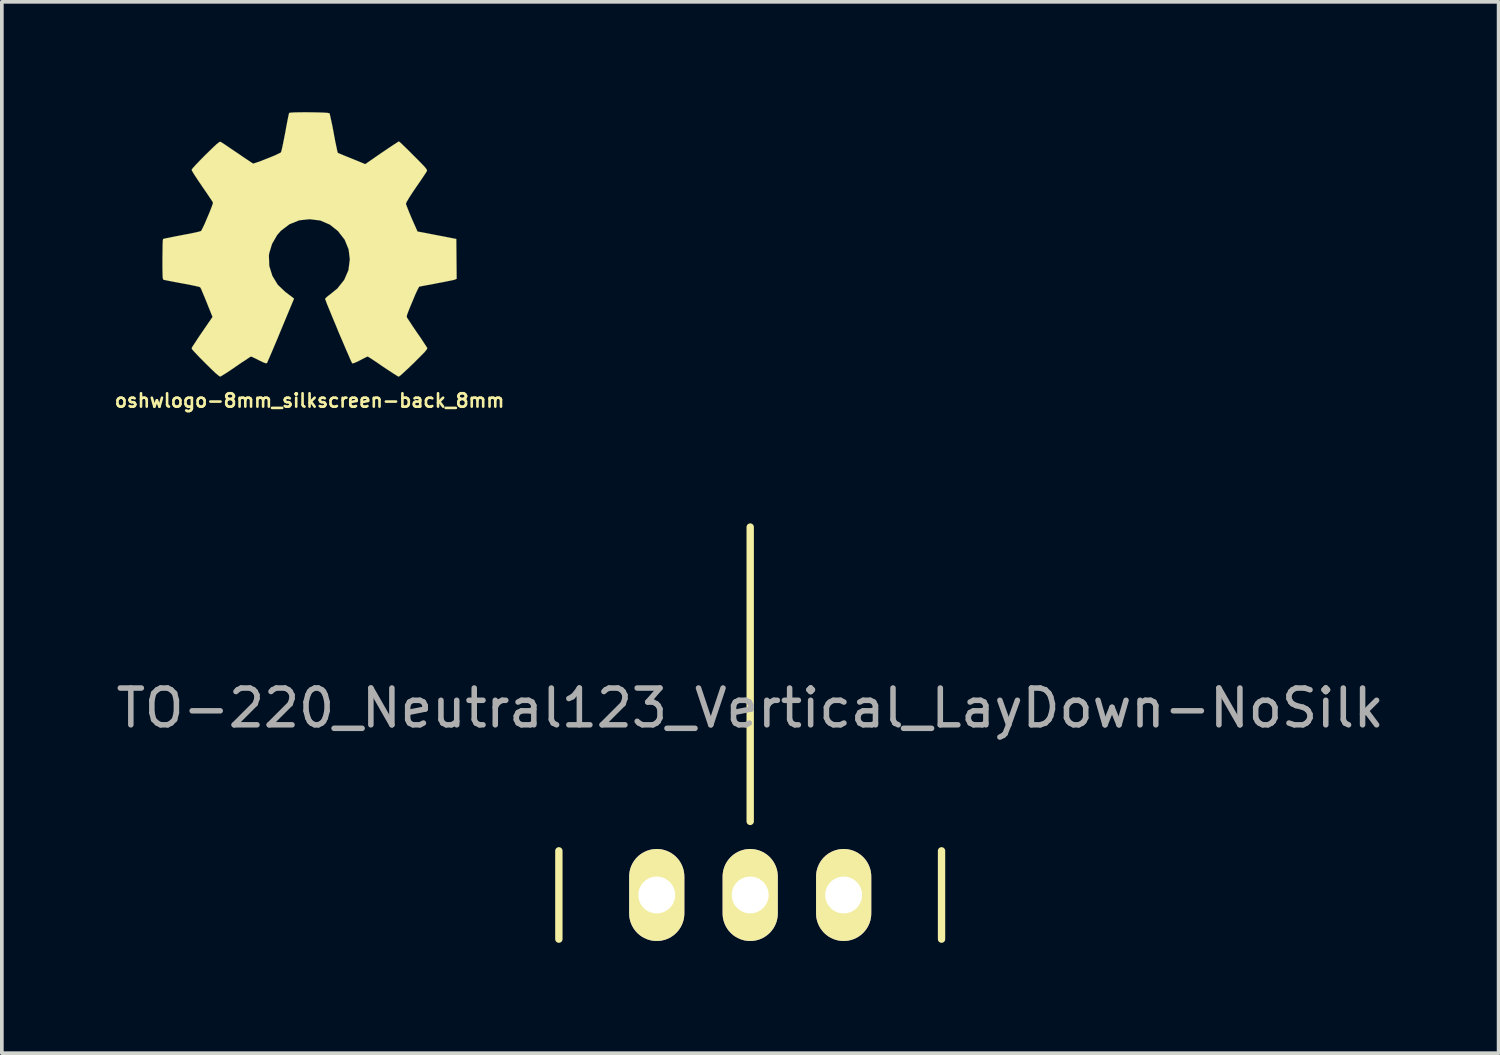
<source format=kicad_pcb>
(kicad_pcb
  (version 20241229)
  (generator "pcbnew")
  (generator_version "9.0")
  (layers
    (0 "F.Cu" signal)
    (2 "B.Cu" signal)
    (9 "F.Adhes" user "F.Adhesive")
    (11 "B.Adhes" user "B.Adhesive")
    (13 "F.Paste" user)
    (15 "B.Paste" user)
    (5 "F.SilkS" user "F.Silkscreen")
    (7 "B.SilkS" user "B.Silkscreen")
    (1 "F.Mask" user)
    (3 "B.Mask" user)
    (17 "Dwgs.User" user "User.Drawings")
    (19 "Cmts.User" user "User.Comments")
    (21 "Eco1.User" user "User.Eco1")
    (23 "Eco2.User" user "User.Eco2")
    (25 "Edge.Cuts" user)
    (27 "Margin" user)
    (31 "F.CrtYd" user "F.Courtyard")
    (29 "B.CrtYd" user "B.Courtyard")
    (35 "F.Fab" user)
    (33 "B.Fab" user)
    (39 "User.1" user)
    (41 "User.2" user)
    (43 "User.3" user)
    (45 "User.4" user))
  (footprint "oshwlogo-8mm_silkscreen-back_8mm"
    (layer "F.Cu")
    (at 5.363 3.595)
    (property "Reference" "oshwlogo-8mm_silkscreen-back_8mm" (at 0 4.242 0) (layer "F.SilkS") (effects (font (size 0.363 0.363) (thickness 0.071))))
    (attr through_hole)
    (fp_poly (pts (xy 2.423 3.592) (xy 2.383 3.571) (xy 2.289 3.513) (xy 2.154 3.424) (xy 1.996 3.32) (xy 1.839 3.211) (xy 1.709 3.124) (xy 1.618 3.066) (xy 1.58 3.045) (xy 1.56 3.051) (xy 1.483 3.089) (xy 1.374 3.145) (xy 1.311 3.178) (xy 1.212 3.221) (xy 1.161 3.231) (xy 1.153 3.216) (xy 1.115 3.139) (xy 1.059 3.007) (xy 0.983 2.835) (xy 0.897 2.631) (xy 0.803 2.413) (xy 0.711 2.189) (xy 0.622 1.976) (xy 0.544 1.786) (xy 0.48 1.631) (xy 0.439 1.521) (xy 0.424 1.476) (xy 0.429 1.466) (xy 0.48 1.417) (xy 0.566 1.351) (xy 0.757 1.196) (xy 0.942 0.963) (xy 1.057 0.699) (xy 1.095 0.404) (xy 1.062 0.132) (xy 0.955 -0.13) (xy 0.772 -0.366) (xy 0.551 -0.541) (xy 0.292 -0.653) (xy 0 -0.688) (xy -0.279 -0.658) (xy -0.546 -0.551) (xy -0.782 -0.371) (xy -0.881 -0.257) (xy -1.019 -0.018) (xy -1.097 0.239) (xy -1.105 0.302) (xy -1.095 0.584) (xy -1.011 0.853) (xy -0.864 1.095) (xy -0.658 1.29) (xy -0.63 1.311) (xy -0.536 1.382) (xy -0.472 1.43) (xy -0.422 1.471) (xy -0.78 2.332) (xy -0.836 2.469) (xy -0.935 2.705) (xy -1.021 2.908) (xy -1.09 3.068) (xy -1.138 3.178) (xy -1.158 3.221) (xy -1.161 3.223) (xy -1.191 3.228) (xy -1.257 3.203) (xy -1.377 3.145) (xy -1.458 3.104) (xy -1.549 3.061) (xy -1.59 3.045) (xy -1.626 3.063) (xy -1.712 3.122) (xy -1.841 3.205) (xy -1.994 3.31) (xy -2.141 3.411) (xy -2.276 3.5) (xy -2.375 3.561) (xy -2.423 3.589) (xy -2.431 3.589) (xy -2.471 3.564) (xy -2.55 3.5) (xy -2.667 3.388) (xy -2.832 3.226) (xy -2.857 3.2) (xy -2.995 3.061) (xy -3.106 2.944) (xy -3.18 2.863) (xy -3.205 2.824) (xy -3.183 2.776) (xy -3.119 2.68) (xy -3.03 2.543) (xy -2.921 2.383) (xy -2.637 1.968) (xy -2.794 1.577) (xy -2.842 1.458) (xy -2.903 1.313) (xy -2.946 1.209) (xy -2.972 1.163) (xy -3.012 1.148) (xy -3.122 1.123) (xy -3.277 1.09) (xy -3.459 1.057) (xy -3.637 1.024) (xy -3.797 0.993) (xy -3.912 0.97) (xy -3.962 0.96) (xy -3.975 0.953) (xy -3.985 0.927) (xy -3.993 0.874) (xy -3.995 0.777) (xy -3.998 0.625) (xy -3.998 0.404) (xy -3.998 0.381) (xy -3.995 0.17) (xy -3.993 0.003) (xy -3.988 -0.107) (xy -3.98 -0.15) (xy -3.929 -0.163) (xy -3.818 -0.185) (xy -3.658 -0.218) (xy -3.467 -0.254) (xy -3.457 -0.257) (xy -3.266 -0.292) (xy -3.109 -0.325) (xy -2.997 -0.351) (xy -2.951 -0.366) (xy -2.941 -0.378) (xy -2.903 -0.452) (xy -2.847 -0.569) (xy -2.786 -0.714) (xy -2.723 -0.861) (xy -2.67 -0.996) (xy -2.634 -1.095) (xy -2.624 -1.14) (xy -2.652 -1.186) (xy -2.718 -1.285) (xy -2.809 -1.42) (xy -2.921 -1.582) (xy -2.929 -1.595) (xy -3.038 -1.755) (xy -3.127 -1.89) (xy -3.185 -1.986) (xy -3.205 -2.029) (xy -3.205 -2.032) (xy -3.17 -2.08) (xy -3.089 -2.169) (xy -2.972 -2.291) (xy -2.832 -2.433) (xy -2.786 -2.477) (xy -2.631 -2.629) (xy -2.525 -2.728) (xy -2.456 -2.781) (xy -2.423 -2.794) (xy -2.423 -2.791) (xy -2.375 -2.764) (xy -2.273 -2.697) (xy -2.136 -2.603) (xy -1.974 -2.494) (xy -1.963 -2.487) (xy -1.803 -2.377) (xy -1.671 -2.289) (xy -1.575 -2.225) (xy -1.534 -2.2) (xy -1.527 -2.2) (xy -1.463 -2.22) (xy -1.349 -2.258) (xy -1.209 -2.314) (xy -1.062 -2.372) (xy -0.927 -2.428) (xy -0.826 -2.477) (xy -0.777 -2.502) (xy -0.777 -2.504) (xy -0.759 -2.563) (xy -0.732 -2.682) (xy -0.699 -2.847) (xy -0.66 -3.043) (xy -0.655 -3.073) (xy -0.62 -3.264) (xy -0.589 -3.421) (xy -0.566 -3.531) (xy -0.554 -3.576) (xy -0.528 -3.581) (xy -0.434 -3.589) (xy -0.292 -3.592) (xy -0.119 -3.594) (xy 0.061 -3.592) (xy 0.236 -3.589) (xy 0.389 -3.584) (xy 0.495 -3.576) (xy 0.541 -3.566) (xy 0.544 -3.564) (xy 0.559 -3.505) (xy 0.584 -3.386) (xy 0.62 -3.221) (xy 0.658 -3.023) (xy 0.663 -2.99) (xy 0.699 -2.799) (xy 0.732 -2.644) (xy 0.754 -2.535) (xy 0.767 -2.494) (xy 0.782 -2.484) (xy 0.861 -2.451) (xy 0.988 -2.398) (xy 1.148 -2.334) (xy 1.514 -2.184) (xy 1.961 -2.494) (xy 2.004 -2.522) (xy 2.164 -2.631) (xy 2.299 -2.72) (xy 2.39 -2.779) (xy 2.428 -2.802) (xy 2.431 -2.799) (xy 2.477 -2.761) (xy 2.565 -2.677) (xy 2.687 -2.558) (xy 2.827 -2.418) (xy 2.931 -2.314) (xy 3.056 -2.187) (xy 3.134 -2.103) (xy 3.178 -2.047) (xy 3.193 -2.014) (xy 3.188 -1.994) (xy 3.16 -1.948) (xy 3.094 -1.849) (xy 3.002 -1.712) (xy 2.893 -1.554) (xy 2.802 -1.42) (xy 2.705 -1.27) (xy 2.642 -1.163) (xy 2.619 -1.11) (xy 2.624 -1.087) (xy 2.657 -1.001) (xy 2.71 -0.866) (xy 2.776 -0.709) (xy 2.934 -0.353) (xy 3.167 -0.31) (xy 3.307 -0.282) (xy 3.505 -0.244) (xy 3.693 -0.208) (xy 3.988 -0.15) (xy 3.998 0.932) (xy 3.952 0.953) (xy 3.909 0.965) (xy 3.8 0.988) (xy 3.645 1.019) (xy 3.459 1.054) (xy 3.305 1.085) (xy 3.145 1.113) (xy 3.033 1.135) (xy 2.982 1.146) (xy 2.969 1.163) (xy 2.929 1.24) (xy 2.873 1.361) (xy 2.812 1.509) (xy 2.748 1.659) (xy 2.692 1.798) (xy 2.652 1.905) (xy 2.639 1.961) (xy 2.659 2.004) (xy 2.72 2.095) (xy 2.807 2.228) (xy 2.913 2.385) (xy 3.023 2.543) (xy 3.111 2.677) (xy 3.175 2.774) (xy 3.2 2.817) (xy 3.188 2.847) (xy 3.127 2.924) (xy 3.007 3.045) (xy 2.832 3.221) (xy 2.802 3.249) (xy 2.662 3.383) (xy 2.543 3.493) (xy 2.461 3.566) (xy 2.423 3.592)) (stroke (width 0.003) (type solid)) (fill yes) (layer "F.SilkS")))
  (footprint "TO-220_Neutral123_Vertical_LayDown-NoSilk"
    (layer "F.Cu")
    (at 17.339 21.274)
    (property "Reference" "TO-220_Neutral123_Vertical_LayDown-NoSilk" (at 0 -5.08 0) (layer "F.Fab") (effects (font (size 1 1) (thickness 0.15))))
    (attr through_hole)
    (fp_line (start -5.2 -1.2) (end -5.2 1.2) (stroke (width 0.2) (type solid)) (layer "F.SilkS"))
    (fp_line (start 0 -2) (end 0 -10) (stroke (width 0.2) (type solid)) (layer "F.SilkS"))
    (fp_line (start 5.2 -1.2) (end 5.2 1.2) (stroke (width 0.2) (type solid)) (layer "F.SilkS"))
    (pad "1" thru_hole oval (at -2.54 0 90) (size 2.5 1.5) (drill 1.001) (layers "*.Cu" "*.Mask" "F.SilkS"))
    (pad "2" thru_hole oval (at 0 0 90) (size 2.5 1.5) (drill 1.001) (layers "*.Cu" "*.Mask" "F.SilkS"))
    (pad "3" thru_hole oval (at 2.54 0 90) (size 2.5 1.5) (drill 1.001) (layers "*.Cu" "*.Mask" "F.SilkS")))
  (gr_rect
    (start -3 -3)
    (end 37.679 25.574)
    (stroke (width 0.1) (type default))
    (fill no)
    (layer "Edge.Cuts")))
</source>
